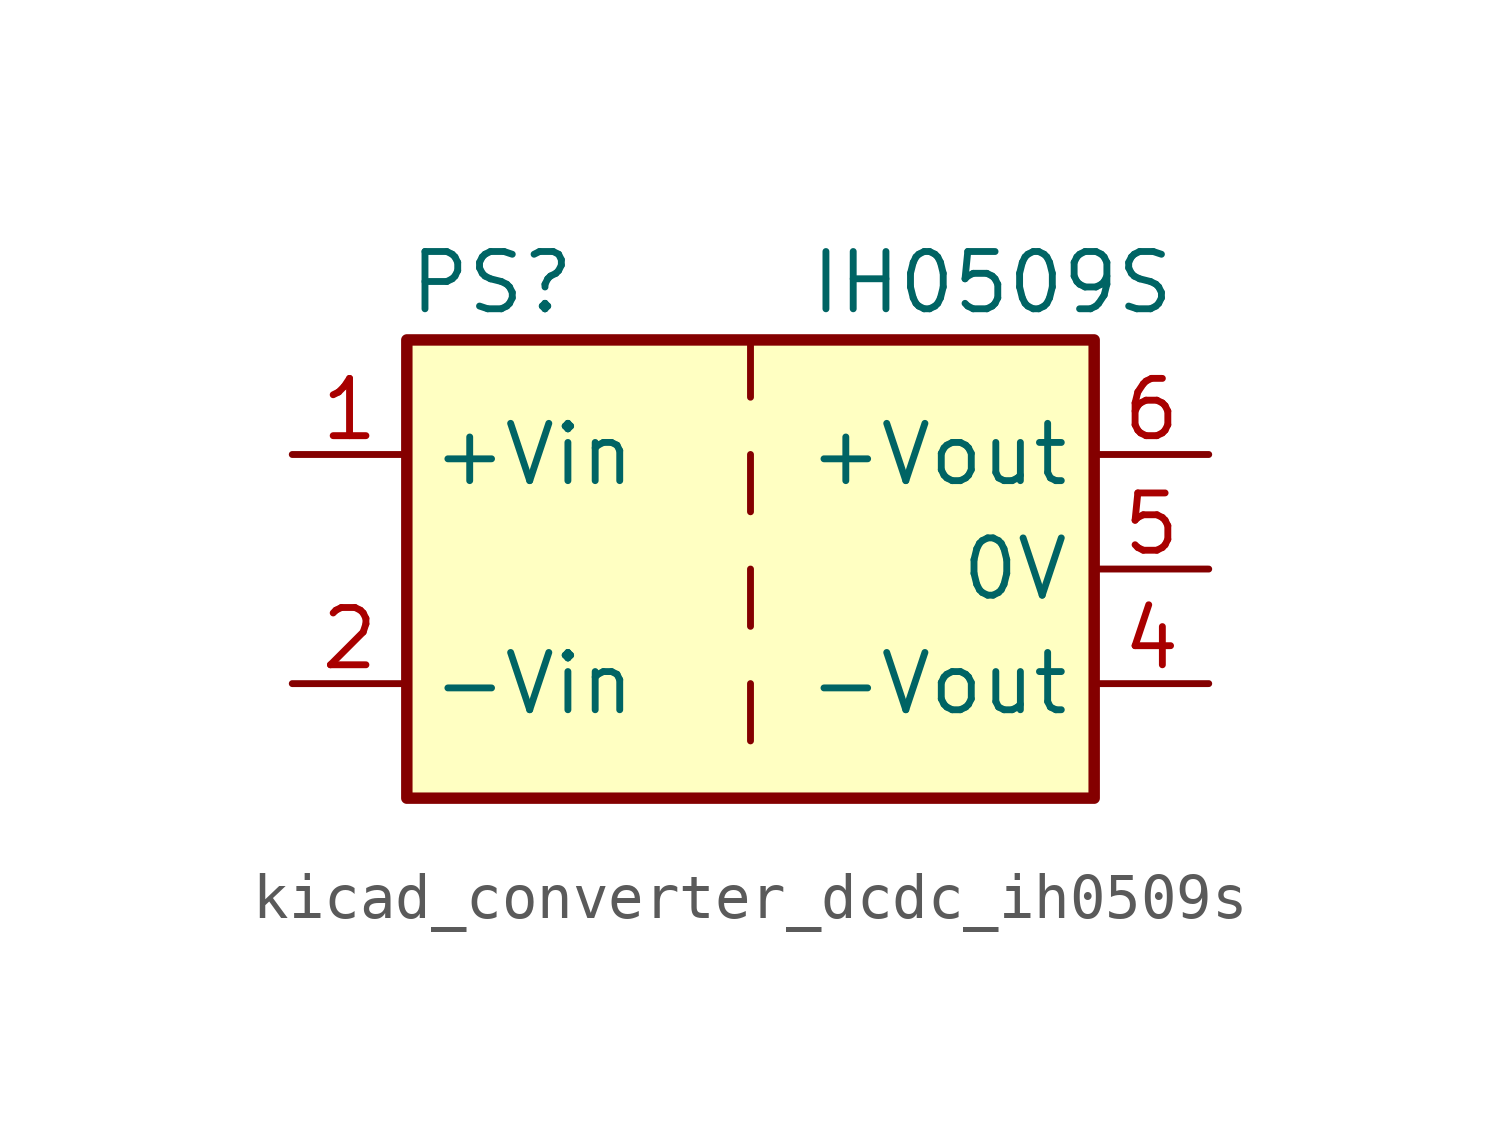
<source format=kicad_sym>
(kicad_symbol_lib
  (version 20220914)
  (generator kicad_symbol_editor)
  (symbol "kicad_converter_dcdc_ih0509s"
    (property "Reference" "PS"
      (at -7.62 6.35 0)
      (effects (font (size 1.27 1.27)) (justify left)))
    (property "Value" "IH0509S"
      (at 1.27 6.35 0)
      (effects (font (size 1.27 1.27)) (justify left)))
    (symbol "kicad_converter_dcdc_ih0509s_0_0"
      (pin power_in line (at -10.16 2.54 0) (length 2.54) (name "+Vin" (effects (font (size 1.27 1.27)))) (number "1" (effects (font (size 1.27 1.27)))))
      (pin power_in line (at -10.16 -2.54 0) (length 2.54) (name "-Vin" (effects (font (size 1.27 1.27)))) (number "2" (effects (font (size 1.27 1.27)))))
      (pin power_out line (at 10.16 -2.54 180) (length 2.54) (name "-Vout" (effects (font (size 1.27 1.27)))) (number "4" (effects (font (size 1.27 1.27)))))
      (pin power_out line (at 10.16 0 180) (length 2.54) (name "0V" (effects (font (size 1.27 1.27)))) (number "5" (effects (font (size 1.27 1.27)))))
      (pin power_out line (at 10.16 2.54 180) (length 2.54) (name "+Vout" (effects (font (size 1.27 1.27)))) (number "6" (effects (font (size 1.27 1.27))))))
    (symbol "kicad_converter_dcdc_ih0509s_0_1"
      (rectangle (start -7.62 5.08) (end 7.62 -5.08) (stroke (width 0.254) (type default)) (fill (type background)))
      (polyline (pts (xy 0 -2.54) (xy 0 -3.81)) (stroke (width 0) (type default)) (fill (type none)))
      (polyline (pts (xy 0 0) (xy 0 -1.27)) (stroke (width 0) (type default)) (fill (type none)))
      (polyline (pts (xy 0 2.54) (xy 0 1.27)) (stroke (width 0) (type default)) (fill (type none)))
      (polyline (pts (xy 0 5.08) (xy 0 3.81)) (stroke (width 0) (type default)) (fill (type none))))))
</source>
